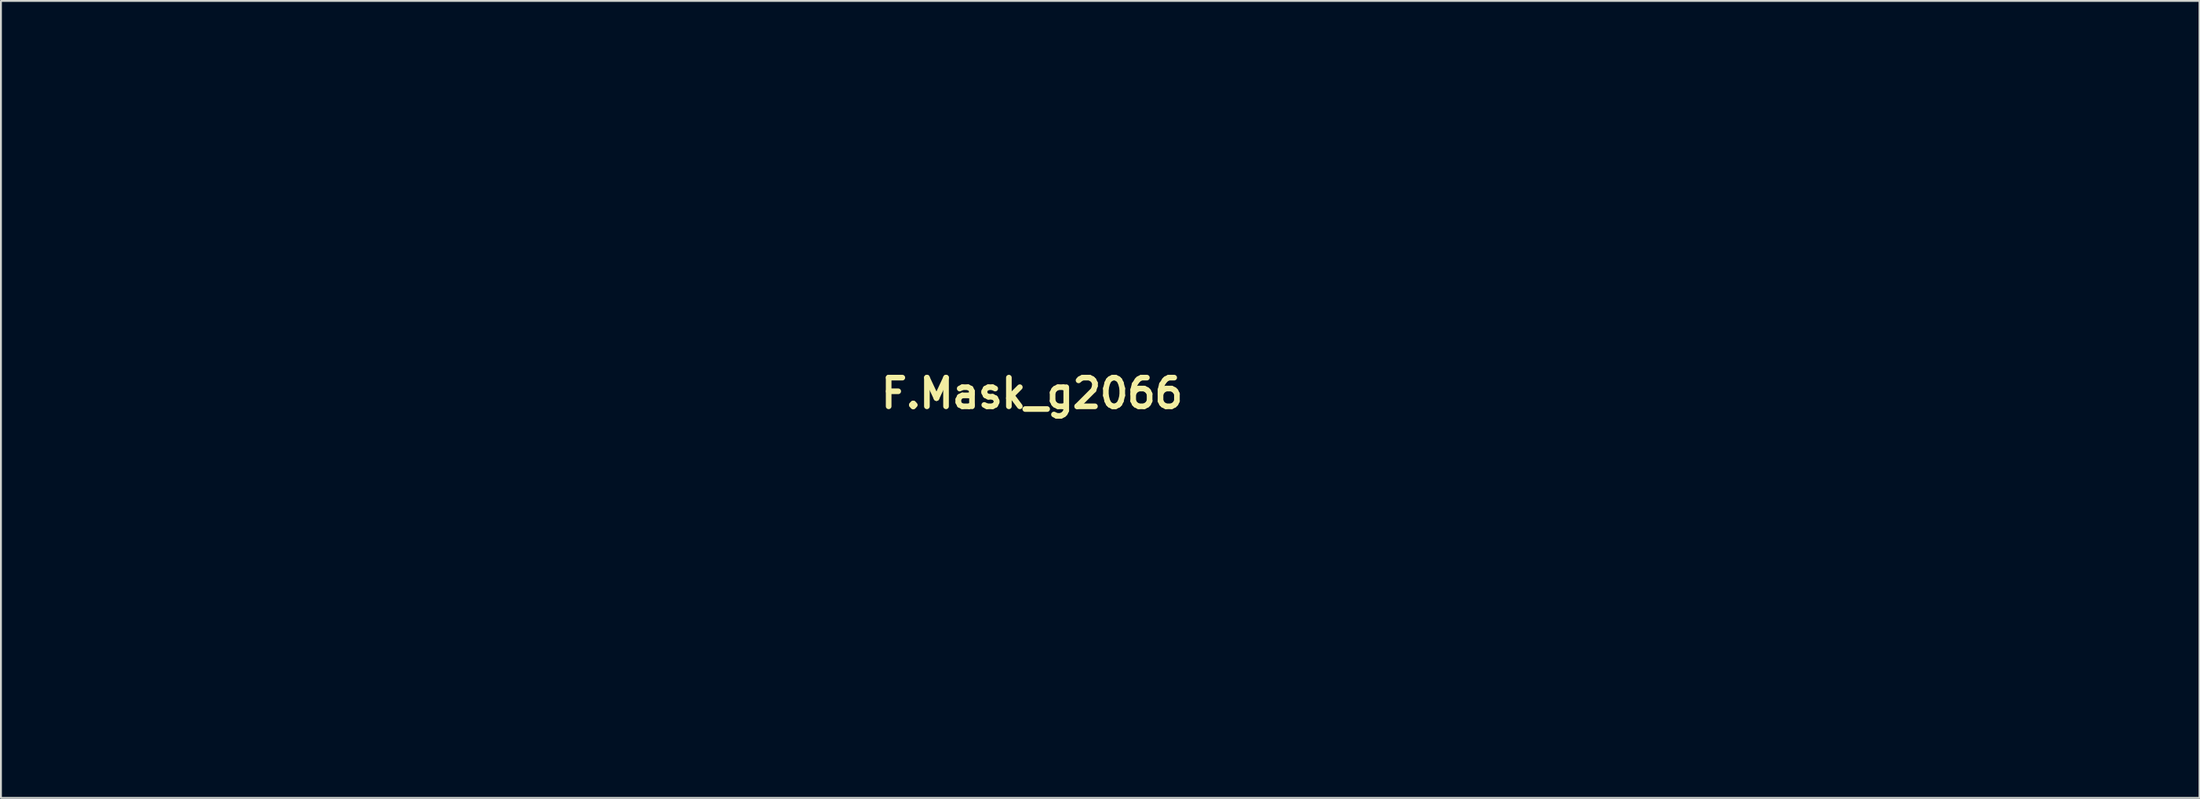
<source format=kicad_pcb>
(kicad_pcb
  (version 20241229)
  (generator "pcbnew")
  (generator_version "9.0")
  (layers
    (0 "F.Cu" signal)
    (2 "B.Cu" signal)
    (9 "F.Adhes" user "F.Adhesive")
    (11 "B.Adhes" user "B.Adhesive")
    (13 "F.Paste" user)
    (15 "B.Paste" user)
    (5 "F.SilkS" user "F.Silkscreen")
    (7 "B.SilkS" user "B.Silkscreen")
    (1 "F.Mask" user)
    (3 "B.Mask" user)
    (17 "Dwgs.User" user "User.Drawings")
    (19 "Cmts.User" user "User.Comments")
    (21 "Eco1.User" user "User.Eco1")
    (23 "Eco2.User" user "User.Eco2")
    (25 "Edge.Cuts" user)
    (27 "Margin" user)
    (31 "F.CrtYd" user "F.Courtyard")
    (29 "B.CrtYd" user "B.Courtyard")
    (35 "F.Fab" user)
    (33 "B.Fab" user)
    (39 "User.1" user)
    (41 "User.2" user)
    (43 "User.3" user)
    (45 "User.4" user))
  (footprint "F.Mask_g2066"
    (layer "F.Cu")
    (at 51.776 17.85)
    (property "Reference" "F.Mask_g2066" (at 0 0 0) (layer "F.SilkS") (effects (font (size 1.524 1.524) (thickness 0.3))))
    (attr through_hole)
    (fp_poly (pts (xy -16.573 6.244) (xy -16.734 6.257) (xy -16.895 6.271) (xy -16.882 5.94) (xy -16.87 5.609) (xy -16.573 5.609) (xy -16.573 6.244)) (stroke (width 0.01) (type solid)) (fill yes) (layer "F.Mask"))
    (fp_poly (pts (xy 33.732 13.82) (xy 33.993 14.003) (xy 34.195 14.237) (xy 34.32 14.463) (xy 34.351 14.535) (xy 34.375 14.602) (xy 34.393 14.677) (xy 34.405 14.772) (xy 34.411 14.898) (xy 34.414 15.068) (xy 34.413 15.295) (xy 34.41 15.589) (xy 34.409 15.714) (xy 34.404 16.038) (xy 34.399 16.289) (xy 34.393 16.48) (xy 34.384 16.622) (xy 34.371 16.726) (xy 34.353 16.806) (xy 34.33 16.873) (xy 34.3 16.938) (xy 34.123 17.205) (xy 33.883 17.427) (xy 33.655 17.564) (xy 33.422 17.674) (xy 31.178 17.681) (xy 30.748 17.681) (xy 30.342 17.682) (xy 29.968 17.681) (xy 29.634 17.68) (xy 29.348 17.678) (xy 29.12 17.675) (xy 28.956 17.673) (xy 28.865 17.669) (xy 28.85 17.668) (xy 28.567 17.568) (xy 28.305 17.41) (xy 28.091 17.212) (xy 28.029 17.131) (xy 27.946 16.999) (xy 27.882 16.866) (xy 27.835 16.719) (xy 27.803 16.545) (xy 27.784 16.33) (xy 27.775 16.063) (xy 27.776 15.73) (xy 27.778 15.566) (xy 27.784 15.262) (xy 27.79 15.029) (xy 27.799 14.854) (xy 27.811 14.725) (xy 27.828 14.627) (xy 27.851 14.549) (xy 27.881 14.475) (xy 27.883 14.473) (xy 28.043 14.211) (xy 28.261 13.98) (xy 28.509 13.808) (xy 28.723 13.695) (xy 33.507 13.695) (xy 33.732 13.82)) (stroke (width 0.01) (type solid)) (fill yes) (layer "F.Mask"))
    (fp_poly (pts (xy -44.056 10.746) (xy -43.826 10.881) (xy -43.651 11.039) (xy -43.605 11.094) (xy -43.515 11.214) (xy -43.445 11.328) (xy -43.392 11.447) (xy -43.354 11.584) (xy -43.33 11.752) (xy -43.316 11.963) (xy -43.311 12.229) (xy -43.313 12.562) (xy -43.315 12.709) (xy -43.319 13.025) (xy -43.325 13.268) (xy -43.331 13.452) (xy -43.341 13.587) (xy -43.355 13.685) (xy -43.373 13.76) (xy -43.398 13.823) (xy -43.425 13.877) (xy -43.622 14.165) (xy -43.871 14.393) (xy -44.062 14.508) (xy -44.302 14.626) (xy -47.477 14.634) (xy -48.105 14.636) (xy -48.654 14.636) (xy -49.127 14.636) (xy -49.531 14.634) (xy -49.87 14.632) (xy -50.149 14.628) (xy -50.373 14.623) (xy -50.547 14.617) (xy -50.676 14.609) (xy -50.765 14.6) (xy -50.819 14.59) (xy -50.821 14.589) (xy -51.135 14.447) (xy -51.399 14.239) (xy -51.605 13.97) (xy -51.639 13.909) (xy -51.675 13.839) (xy -51.703 13.774) (xy -51.723 13.702) (xy -51.738 13.611) (xy -51.748 13.488) (xy -51.755 13.32) (xy -51.76 13.097) (xy -51.764 12.805) (xy -51.766 12.698) (xy -51.77 12.378) (xy -51.771 12.129) (xy -51.769 11.94) (xy -51.762 11.798) (xy -51.751 11.689) (xy -51.734 11.602) (xy -51.711 11.523) (xy -51.691 11.467) (xy -51.545 11.181) (xy -51.339 10.95) (xy -51.065 10.766) (xy -51.021 10.744) (xy -50.738 10.604) (xy -44.342 10.604) (xy -44.056 10.746)) (stroke (width 0.01) (type solid)) (fill yes) (layer "F.Mask"))
    (fp_poly (pts (xy 46.958 13.299) (xy 47.327 13.301) (xy 47.641 13.303) (xy 47.905 13.306) (xy 48.123 13.309) (xy 48.3 13.314) (xy 48.441 13.32) (xy 48.551 13.326) (xy 48.635 13.334) (xy 48.698 13.343) (xy 48.744 13.354) (xy 48.75 13.355) (xy 48.983 13.461) (xy 49.202 13.629) (xy 49.384 13.838) (xy 49.486 14.017) (xy 49.524 14.113) (xy 49.549 14.205) (xy 49.564 14.311) (xy 49.57 14.451) (xy 49.57 14.643) (xy 49.566 14.833) (xy 49.559 15.074) (xy 49.55 15.247) (xy 49.536 15.371) (xy 49.515 15.463) (xy 49.483 15.541) (xy 49.439 15.621) (xy 49.269 15.857) (xy 49.067 16.031) (xy 48.874 16.137) (xy 48.662 16.235) (xy 44.281 16.241) (xy 43.676 16.242) (xy 43.093 16.242) (xy 42.537 16.241) (xy 42.016 16.24) (xy 41.533 16.238) (xy 41.096 16.236) (xy 40.71 16.233) (xy 40.381 16.23) (xy 40.114 16.226) (xy 39.916 16.223) (xy 39.792 16.219) (xy 39.751 16.215) (xy 39.456 16.109) (xy 39.197 15.933) (xy 38.988 15.698) (xy 38.899 15.545) (xy 38.859 15.454) (xy 38.831 15.363) (xy 38.814 15.254) (xy 38.804 15.106) (xy 38.801 14.902) (xy 38.8 14.774) (xy 38.802 14.52) (xy 38.81 14.332) (xy 38.826 14.196) (xy 38.851 14.094) (xy 38.872 14.04) (xy 39.041 13.76) (xy 39.265 13.542) (xy 39.446 13.432) (xy 39.688 13.314) (xy 44.108 13.302) (xy 44.828 13.301) (xy 45.468 13.3) (xy 46.033 13.299) (xy 46.528 13.299) (xy 46.958 13.299)) (stroke (width 0.01) (type solid)) (fill yes) (layer "F.Mask"))
    (fp_poly (pts (xy -23.874 5.208) (xy -23.525 5.21) (xy -23.241 5.215) (xy -23.015 5.225) (xy -22.836 5.24) (xy -22.695 5.262) (xy -22.583 5.291) (xy -22.491 5.329) (xy -22.41 5.378) (xy -22.33 5.438) (xy -22.297 5.465) (xy -22.179 5.583) (xy -22.064 5.729) (xy -22.024 5.792) (xy -21.976 5.879) (xy -21.943 5.962) (xy -21.921 6.058) (xy -21.907 6.187) (xy -21.898 6.368) (xy -21.893 6.549) (xy -21.888 6.781) (xy -21.889 6.949) (xy -21.898 7.071) (xy -21.917 7.167) (xy -21.949 7.257) (xy -21.981 7.332) (xy -22.151 7.607) (xy -22.377 7.822) (xy -22.564 7.932) (xy -22.619 7.957) (xy -22.677 7.976) (xy -22.748 7.992) (xy -22.841 8.003) (xy -22.965 8.012) (xy -23.131 8.018) (xy -23.348 8.023) (xy -23.626 8.026) (xy -23.974 8.028) (xy -24.172 8.029) (xy -24.52 8.03) (xy -24.849 8.029) (xy -25.147 8.026) (xy -25.402 8.021) (xy -25.603 8.015) (xy -25.739 8.007) (xy -25.785 8.002) (xy -26.045 7.927) (xy -26.263 7.796) (xy -26.389 7.68) (xy -26.5 7.559) (xy -26.58 7.445) (xy -26.634 7.321) (xy -26.667 7.17) (xy -26.685 6.976) (xy -26.691 6.72) (xy -26.691 6.604) (xy -26.69 6.362) (xy -26.687 6.188) (xy -26.677 6.064) (xy -26.66 5.973) (xy -26.632 5.898) (xy -26.592 5.821) (xy -26.575 5.792) (xy -26.473 5.647) (xy -26.352 5.511) (xy -26.302 5.465) (xy -26.22 5.4) (xy -26.14 5.347) (xy -26.054 5.305) (xy -25.951 5.272) (xy -25.823 5.248) (xy -25.66 5.23) (xy -25.453 5.218) (xy -25.193 5.212) (xy -24.871 5.208) (xy -24.477 5.207) (xy -24.299 5.207) (xy -23.874 5.208)) (stroke (width 0.01) (type solid)) (fill yes) (layer "F.Mask"))
    (fp_poly (pts (xy 5.589 13.674) (xy 6.105 13.674) (xy 6.548 13.675) (xy 6.924 13.676) (xy 7.241 13.678) (xy 7.502 13.68) (xy 7.716 13.684) (xy 7.888 13.689) (xy 8.023 13.695) (xy 8.128 13.702) (xy 8.21 13.712) (xy 8.273 13.723) (xy 8.325 13.735) (xy 8.371 13.75) (xy 8.4 13.761) (xy 8.652 13.896) (xy 8.88 14.095) (xy 9.062 14.338) (xy 9.104 14.415) (xy 9.136 14.483) (xy 9.16 14.547) (xy 9.179 14.619) (xy 9.191 14.712) (xy 9.2 14.837) (xy 9.205 15.005) (xy 9.207 15.229) (xy 9.207 15.52) (xy 9.207 15.684) (xy 9.207 16.012) (xy 9.206 16.266) (xy 9.202 16.459) (xy 9.196 16.603) (xy 9.185 16.709) (xy 9.17 16.79) (xy 9.148 16.856) (xy 9.12 16.921) (xy 9.105 16.951) (xy 8.921 17.236) (xy 8.683 17.456) (xy 8.393 17.611) (xy 8.08 17.693) (xy 7.988 17.701) (xy 7.819 17.708) (xy 7.584 17.714) (xy 7.291 17.72) (xy 6.948 17.724) (xy 6.564 17.727) (xy 6.149 17.73) (xy 5.711 17.732) (xy 5.259 17.732) (xy 4.801 17.732) (xy 4.346 17.731) (xy 3.904 17.729) (xy 3.483 17.727) (xy 3.091 17.723) (xy 2.738 17.719) (xy 2.432 17.713) (xy 2.183 17.707) (xy 1.998 17.7) (xy 1.887 17.693) (xy 1.872 17.691) (xy 1.556 17.596) (xy 1.276 17.43) (xy 1.042 17.197) (xy 0.881 16.941) (xy 0.851 16.877) (xy 0.827 16.813) (xy 0.81 16.739) (xy 0.798 16.642) (xy 0.79 16.511) (xy 0.786 16.334) (xy 0.784 16.1) (xy 0.783 15.796) (xy 0.783 15.684) (xy 0.783 15.357) (xy 0.785 15.103) (xy 0.788 14.909) (xy 0.795 14.765) (xy 0.806 14.659) (xy 0.821 14.579) (xy 0.842 14.514) (xy 0.871 14.45) (xy 0.883 14.424) (xy 1.037 14.188) (xy 1.24 13.978) (xy 1.469 13.818) (xy 1.595 13.759) (xy 1.64 13.743) (xy 1.688 13.729) (xy 1.745 13.717) (xy 1.816 13.707) (xy 1.908 13.699) (xy 2.027 13.692) (xy 2.179 13.687) (xy 2.37 13.682) (xy 2.606 13.679) (xy 2.894 13.677) (xy 3.238 13.675) (xy 3.646 13.674) (xy 4.123 13.674) (xy 4.676 13.674) (xy 4.995 13.674) (xy 5.589 13.674)) (stroke (width 0.01) (type solid)) (fill yes) (layer "F.Mask"))
    (fp_poly (pts (xy 57.147 -12.356) (xy 57.418 -12.351) (xy 57.636 -12.34) (xy 57.811 -12.322) (xy 57.953 -12.294) (xy 58.072 -12.257) (xy 58.179 -12.208) (xy 58.284 -12.146) (xy 58.362 -12.094) (xy 58.503 -11.977) (xy 58.646 -11.827) (xy 58.726 -11.723) (xy 58.76 -11.675) (xy 58.792 -11.633) (xy 58.821 -11.593) (xy 58.847 -11.551) (xy 58.871 -11.505) (xy 58.892 -11.449) (xy 58.911 -11.381) (xy 58.928 -11.297) (xy 58.943 -11.193) (xy 58.956 -11.066) (xy 58.967 -10.912) (xy 58.977 -10.727) (xy 58.985 -10.508) (xy 58.992 -10.251) (xy 58.997 -9.953) (xy 59.001 -9.609) (xy 59.004 -9.217) (xy 59.007 -8.772) (xy 59.008 -8.271) (xy 59.008 -7.71) (xy 59.008 -7.086) (xy 59.008 -6.395) (xy 59.007 -5.633) (xy 59.005 -4.796) (xy 59.004 -3.882) (xy 59.003 -3.044) (xy 58.992 4.891) (xy 58.852 5.174) (xy 58.657 5.477) (xy 58.398 5.727) (xy 58.131 5.893) (xy 58.074 5.92) (xy 58.017 5.941) (xy 57.951 5.958) (xy 57.865 5.97) (xy 57.749 5.98) (xy 57.595 5.986) (xy 57.391 5.991) (xy 57.128 5.994) (xy 56.797 5.997) (xy 56.557 5.998) (xy 56.219 5.999) (xy 55.902 5.997) (xy 55.619 5.994) (xy 55.382 5.988) (xy 55.2 5.981) (xy 55.085 5.973) (xy 55.054 5.968) (xy 54.771 5.841) (xy 54.508 5.646) (xy 54.281 5.399) (xy 54.108 5.114) (xy 54.08 5.05) (xy 54.07 5.024) (xy 54.06 4.994) (xy 54.052 4.959) (xy 54.044 4.912) (xy 54.037 4.852) (xy 54.031 4.773) (xy 54.025 4.674) (xy 54.02 4.548) (xy 54.015 4.395) (xy 54.011 4.208) (xy 54.007 3.985) (xy 54.004 3.722) (xy 54.001 3.416) (xy 53.999 3.062) (xy 53.997 2.657) (xy 53.995 2.198) (xy 53.993 1.68) (xy 53.992 1.099) (xy 53.99 0.453) (xy 53.989 -0.262) (xy 53.987 -1.051) (xy 53.986 -1.917) (xy 53.984 -2.863) (xy 53.984 -2.963) (xy 53.983 -4.071) (xy 53.982 -5.095) (xy 53.982 -6.035) (xy 53.982 -6.893) (xy 53.983 -7.669) (xy 53.984 -8.363) (xy 53.987 -8.977) (xy 53.989 -9.511) (xy 53.993 -9.965) (xy 53.996 -10.341) (xy 54.001 -10.638) (xy 54.006 -10.858) (xy 54.012 -11.002) (xy 54.017 -11.063) (xy 54.111 -11.418) (xy 54.276 -11.728) (xy 54.508 -11.989) (xy 54.802 -12.194) (xy 54.864 -12.226) (xy 55.097 -12.34) (xy 56.401 -12.353) (xy 56.811 -12.356) (xy 57.147 -12.356)) (stroke (width 0.01) (type solid)) (fill yes) (layer "F.Mask"))
    (fp_poly (pts (xy -17.284 4.974) (xy -16.969 4.977) (xy -16.719 4.982) (xy -16.526 4.992) (xy -16.38 5.01) (xy -16.271 5.035) (xy -16.189 5.071) (xy -16.127 5.118) (xy -16.073 5.179) (xy -16.019 5.254) (xy -16.011 5.267) (xy -15.972 5.331) (xy -15.945 5.402) (xy -15.929 5.496) (xy -15.921 5.631) (xy -15.918 5.825) (xy -15.917 5.945) (xy -15.922 6.217) (xy -15.939 6.42) (xy -15.974 6.568) (xy -16.032 6.679) (xy -16.118 6.767) (xy -16.221 6.837) (xy -16.266 6.861) (xy -16.318 6.88) (xy -16.387 6.895) (xy -16.482 6.906) (xy -16.615 6.915) (xy -16.794 6.92) (xy -17.03 6.924) (xy -17.332 6.927) (xy -17.632 6.93) (xy -17.957 6.93) (xy -18.26 6.929) (xy -18.528 6.925) (xy -18.751 6.919) (xy -18.916 6.912) (xy -19.011 6.903) (xy -19.024 6.9) (xy -19.144 6.842) (xy -19.25 6.765) (xy -19.34 6.67) (xy -19.403 6.571) (xy -19.442 6.45) (xy -19.464 6.289) (xy -19.473 6.069) (xy -19.473 5.935) (xy -19.472 5.715) (xy -19.465 5.561) (xy -19.451 5.454) (xy -19.427 5.376) (xy -19.05 5.376) (xy -19.05 6.477) (xy -18.288 6.477) (xy -18.288 5.884) (xy -18.457 5.884) (xy -18.566 5.89) (xy -18.615 5.917) (xy -18.627 5.981) (xy -18.627 5.99) (xy -18.605 6.075) (xy -18.563 6.096) (xy -18.511 6.131) (xy -18.5 6.181) (xy -18.514 6.236) (xy -18.571 6.261) (xy -18.669 6.265) (xy -18.838 6.265) (xy -18.838 5.588) (xy -18.686 5.588) (xy -18.575 5.601) (xy -18.521 5.646) (xy -18.512 5.673) (xy -18.455 5.744) (xy -18.389 5.757) (xy -18.327 5.749) (xy -18.297 5.708) (xy -18.288 5.612) (xy -18.288 5.567) (xy -18.288 5.376) (xy -18.076 5.376) (xy -18.076 6.477) (xy -17.971 6.477) (xy -17.916 6.473) (xy -17.884 6.448) (xy -17.869 6.384) (xy -17.865 6.264) (xy -17.865 6.174) (xy -17.861 6.031) (xy -17.852 5.932) (xy -17.838 5.898) (xy -17.836 5.899) (xy -17.805 5.95) (xy -17.753 6.055) (xy -17.691 6.192) (xy -17.623 6.335) (xy -17.569 6.417) (xy -17.511 6.456) (xy -17.444 6.469) (xy -17.314 6.482) (xy -17.314 6.477) (xy -17.103 6.477) (xy -16.806 6.477) (xy -16.636 6.472) (xy -16.526 6.454) (xy -16.453 6.417) (xy -16.425 6.392) (xy -16.383 6.338) (xy -16.358 6.264) (xy -16.345 6.15) (xy -16.341 5.976) (xy -16.341 5.935) (xy -16.345 5.715) (xy -16.365 5.565) (xy -16.413 5.471) (xy -16.5 5.418) (xy -16.637 5.393) (xy -16.781 5.383) (xy -17.103 5.367) (xy -17.103 6.477) (xy -17.314 6.477) (xy -17.314 5.376) (xy -17.418 5.376) (xy -17.472 5.381) (xy -17.504 5.408) (xy -17.522 5.475) (xy -17.531 5.6) (xy -17.535 5.683) (xy -17.547 5.99) (xy -17.69 5.683) (xy -17.765 5.529) (xy -17.821 5.437) (xy -17.872 5.391) (xy -17.931 5.377) (xy -17.955 5.376) (xy -18.076 5.376) (xy -18.288 5.376) (xy -19.05 5.376) (xy -19.427 5.376) (xy -19.427 5.375) (xy -19.389 5.307) (xy -19.378 5.29) (xy -19.273 5.17) (xy -19.146 5.068) (xy -19.135 5.061) (xy -19.089 5.037) (xy -19.039 5.017) (xy -18.974 5.002) (xy -18.884 4.991) (xy -18.761 4.984) (xy -18.593 4.979) (xy -18.371 4.976) (xy -18.085 4.975) (xy -17.726 4.974) (xy -17.674 4.974) (xy -17.284 4.974)) (stroke (width 0.01) (type solid)) (fill yes) (layer "F.Mask"))
    (fp_poly (pts (xy -26.967 8.96) (xy -26.865 8.991) (xy -26.741 9.025) (xy -26.665 9.013) (xy -26.559 8.981) (xy -26.401 8.973) (xy -26.22 8.986) (xy -26.045 9.02) (xy -25.917 9.065) (xy -25.744 9.185) (xy -25.571 9.368) (xy -25.413 9.592) (xy -25.28 9.836) (xy -25.187 10.079) (xy -25.147 10.299) (xy -25.146 10.328) (xy -25.146 10.544) (xy -25.051 10.454) (xy -24.838 10.307) (xy -24.555 10.197) (xy -24.211 10.129) (xy -23.835 10.103) (xy -23.563 10.121) (xy -23.342 10.189) (xy -23.15 10.316) (xy -23.062 10.4) (xy -23.006 10.48) (xy -22.922 10.628) (xy -22.814 10.835) (xy -22.687 11.09) (xy -22.546 11.383) (xy -22.396 11.706) (xy -22.242 12.048) (xy -22.087 12.398) (xy -22.02 12.555) (xy -21.926 12.782) (xy -21.862 12.954) (xy -21.824 13.089) (xy -21.806 13.21) (xy -21.802 13.327) (xy -21.812 13.499) (xy -21.84 13.663) (xy -21.865 13.747) (xy -21.887 13.827) (xy -21.905 13.947) (xy -21.919 14.115) (xy -21.93 14.343) (xy -21.938 14.639) (xy -21.943 14.88) (xy -21.95 15.231) (xy -21.96 15.509) (xy -21.976 15.726) (xy -22.001 15.893) (xy -22.038 16.021) (xy -22.089 16.123) (xy -22.157 16.21) (xy -22.244 16.293) (xy -22.276 16.321) (xy -22.326 16.363) (xy -22.372 16.4) (xy -22.419 16.432) (xy -22.475 16.459) (xy -22.544 16.481) (xy -22.633 16.5) (xy -22.748 16.515) (xy -22.895 16.527) (xy -23.079 16.536) (xy -23.307 16.542) (xy -23.584 16.547) (xy -23.916 16.55) (xy -24.31 16.551) (xy -24.771 16.552) (xy -25.305 16.552) (xy -25.875 16.551) (xy -26.472 16.551) (xy -26.99 16.551) (xy -27.436 16.55) (xy -27.814 16.548) (xy -28.132 16.546) (xy -28.395 16.543) (xy -28.609 16.539) (xy -28.779 16.535) (xy -28.913 16.528) (xy -29.015 16.521) (xy -29.092 16.512) (xy -29.149 16.501) (xy -29.193 16.489) (xy -29.229 16.474) (xy -29.234 16.472) (xy -29.371 16.388) (xy -29.504 16.272) (xy -29.538 16.234) (xy -29.64 16.08) (xy -29.708 15.899) (xy -29.746 15.676) (xy -29.757 15.395) (xy -29.751 15.179) (xy -29.744 14.979) (xy -29.743 14.8) (xy -29.748 14.667) (xy -29.756 14.609) (xy -29.772 14.571) (xy -29.798 14.569) (xy -29.842 14.614) (xy -29.913 14.713) (xy -30.018 14.876) (xy -30.023 14.884) (xy -30.183 15.127) (xy -30.319 15.31) (xy -30.446 15.451) (xy -30.577 15.566) (xy -30.692 15.647) (xy -30.791 15.708) (xy -30.883 15.744) (xy -30.993 15.763) (xy -31.149 15.769) (xy -31.239 15.769) (xy -31.428 15.766) (xy -31.561 15.752) (xy -31.666 15.722) (xy -31.77 15.669) (xy -31.792 15.656) (xy -32.06 15.457) (xy -32.262 15.221) (xy -32.393 14.956) (xy -32.445 14.671) (xy -32.446 14.64) (xy -32.449 14.394) (xy -33.045 14.394) (xy -33.288 14.392) (xy -33.463 14.387) (xy -33.589 14.376) (xy -33.684 14.356) (xy -33.765 14.327) (xy -33.828 14.296) (xy -34.004 14.166) (xy -34.157 13.985) (xy -34.266 13.782) (xy -34.304 13.646) (xy -34.327 13.478) (xy -34.353 13.243) (xy -34.383 12.962) (xy -34.412 12.651) (xy -34.441 12.33) (xy -34.466 12.018) (xy -34.487 11.732) (xy -34.495 11.599) (xy -34.509 11.277) (xy -34.505 11.024) (xy -34.477 10.823) (xy -34.42 10.661) (xy -34.33 10.521) (xy -34.2 10.388) (xy -34.026 10.248) (xy -33.93 10.207) (xy -33.761 10.167) (xy -33.527 10.13) (xy -33.241 10.097) (xy -32.913 10.07) (xy -32.553 10.05) (xy -32.533 10.049) (xy -32.279 10.039) (xy -32.094 10.034) (xy -31.961 10.035) (xy -31.864 10.045) (xy -31.788 10.064) (xy -31.716 10.094) (xy -31.644 10.131) (xy -31.5 10.209) (xy -31.366 10.288) (xy -31.311 10.323) (xy -31.189 10.406) (xy -30.933 10.24) (xy -30.563 10.049) (xy -30.167 9.933) (xy -29.758 9.891) (xy -29.349 9.925) (xy -28.954 10.033) (xy -28.607 10.203) (xy -28.406 10.326) (xy -28.406 10.169) (xy -28.372 9.976) (xy -28.282 9.757) (xy -28.149 9.532) (xy -27.986 9.32) (xy -27.808 9.142) (xy -27.629 9.016) (xy -27.581 8.994) (xy -27.395 8.947) (xy -27.177 8.935) (xy -26.967 8.96)) (stroke (width 0.01) (type solid)) (fill yes) (layer "F.Mask"))
    (fp_poly (pts (xy -17.048 11.397) (xy -16.791 11.439) (xy -16.575 11.529) (xy -16.37 11.68) (xy -16.32 11.726) (xy -16.226 11.806) (xy -16.135 11.861) (xy -16.02 11.901) (xy -15.857 11.937) (xy -15.774 11.952) (xy -15.485 12.02) (xy -15.265 12.112) (xy -15.099 12.237) (xy -14.988 12.379) (xy -14.926 12.472) (xy -14.879 12.505) (xy -14.816 12.488) (xy -14.769 12.464) (xy -14.647 12.419) (xy -14.493 12.383) (xy -14.44 12.375) (xy -14.206 12.387) (xy -13.972 12.469) (xy -13.763 12.612) (xy -13.711 12.663) (xy -13.585 12.798) (xy -13.111 12.569) (xy -12.905 12.471) (xy -12.752 12.406) (xy -12.633 12.367) (xy -12.526 12.348) (xy -12.409 12.343) (xy -12.362 12.343) (xy -12.131 12.363) (xy -11.956 12.415) (xy -11.943 12.421) (xy -11.838 12.466) (xy -11.743 12.473) (xy -11.616 12.445) (xy -11.342 12.404) (xy -11.079 12.433) (xy -10.843 12.524) (xy -10.649 12.674) (xy -10.523 12.853) (xy -10.464 12.957) (xy -10.402 13.012) (xy -10.307 13.039) (xy -10.218 13.05) (xy -9.928 13.121) (xy -9.668 13.263) (xy -9.544 13.369) (xy -9.413 13.481) (xy -9.303 13.522) (xy -9.191 13.494) (xy -9.082 13.42) (xy -8.851 13.289) (xy -8.592 13.225) (xy -8.322 13.228) (xy -8.056 13.294) (xy -7.813 13.42) (xy -7.608 13.604) (xy -7.556 13.671) (xy -7.492 13.772) (xy -7.452 13.868) (xy -7.429 13.987) (xy -7.417 14.156) (xy -7.415 14.206) (xy -7.4 14.563) (xy -7.266 14.564) (xy -7.144 14.582) (xy -6.998 14.627) (xy -6.95 14.648) (xy -6.836 14.696) (xy -6.761 14.709) (xy -6.684 14.687) (xy -6.602 14.647) (xy -6.498 14.604) (xy -6.373 14.577) (xy -6.205 14.563) (xy -6.019 14.559) (xy -5.816 14.563) (xy -5.625 14.576) (xy -5.474 14.597) (xy -5.424 14.608) (xy -5.284 14.638) (xy -5.179 14.626) (xy -5.141 14.612) (xy -5.049 14.59) (xy -4.896 14.575) (xy -4.704 14.566) (xy -4.498 14.564) (xy -4.3 14.568) (xy -4.133 14.579) (xy -4.021 14.598) (xy -4.008 14.602) (xy -3.859 14.688) (xy -3.705 14.823) (xy -3.573 14.981) (xy -3.508 15.091) (xy -3.485 15.149) (xy -3.467 15.217) (xy -3.454 15.305) (xy -3.444 15.424) (xy -3.437 15.585) (xy -3.433 15.798) (xy -3.431 16.073) (xy -3.43 16.421) (xy -3.43 16.48) (xy -3.43 16.863) (xy -3.433 17.171) (xy -3.44 17.415) (xy -3.452 17.605) (xy -3.471 17.752) (xy -3.498 17.864) (xy -3.536 17.954) (xy -3.585 18.03) (xy -3.646 18.103) (xy -3.675 18.133) (xy -3.793 18.245) (xy -3.91 18.324) (xy -4.046 18.374) (xy -4.216 18.4) (xy -4.438 18.406) (xy -4.672 18.4) (xy -4.885 18.393) (xy -5.07 18.387) (xy -5.21 18.383) (xy -5.287 18.382) (xy -5.292 18.382) (xy -5.347 18.384) (xy -5.477 18.385) (xy -5.673 18.387) (xy -5.926 18.389) (xy -6.226 18.391) (xy -6.563 18.394) (xy -6.929 18.396) (xy -7.055 18.397) (xy -7.502 18.401) (xy -7.899 18.407) (xy -8.241 18.415) (xy -8.522 18.424) (xy -8.734 18.435) (xy -8.871 18.446) (xy -8.917 18.454) (xy -9.145 18.491) (xy -9.393 18.491) (xy -9.618 18.453) (xy -9.665 18.438) (xy -9.826 18.364) (xy -9.97 18.254) (xy -10.106 18.111) (xy -10.215 18.023) (xy -10.34 17.969) (xy -10.341 17.968) (xy -10.616 17.867) (xy -10.862 17.689) (xy -10.935 17.614) (xy -11.022 17.512) (xy -11.078 17.433) (xy -11.091 17.404) (xy -11.128 17.372) (xy -11.22 17.342) (xy -11.248 17.337) (xy -11.446 17.278) (xy -11.673 17.167) (xy -11.939 16.998) (xy -12.011 16.948) (xy -12.274 16.762) (xy -13.554 16.82) (xy -13.96 17.115) (xy -14.24 17.315) (xy -14.465 17.466) (xy -14.649 17.576) (xy -14.802 17.65) (xy -14.936 17.696) (xy -15.053 17.719) (xy -15.321 17.716) (xy -15.588 17.647) (xy -15.831 17.523) (xy -16.032 17.354) (xy -16.153 17.181) (xy -16.214 17.063) (xy -16.411 17.168) (xy -16.622 17.243) (xy -16.865 17.273) (xy -17.101 17.256) (xy -17.242 17.215) (xy -17.366 17.138) (xy -17.501 17.017) (xy -17.621 16.878) (xy -17.703 16.747) (xy -17.721 16.698) (xy -17.755 16.62) (xy -17.815 16.609) (xy -17.838 16.615) (xy -18.052 16.674) (xy -18.219 16.701) (xy -18.371 16.699) (xy -18.481 16.682) (xy -18.798 16.588) (xy -19.058 16.431) (xy -19.164 16.334) (xy -19.279 16.191) (xy -19.349 16.042) (xy -19.381 15.859) (xy -19.385 15.634) (xy -19.383 15.47) (xy -19.392 15.366) (xy -19.421 15.294) (xy -19.474 15.229) (xy -19.494 15.209) (xy -19.641 15.007) (xy -19.723 14.768) (xy -19.737 14.513) (xy -19.681 14.263) (xy -19.645 14.182) (xy -19.573 14.057) (xy -19.457 13.878) (xy -19.307 13.655) (xy -19.131 13.401) (xy -18.937 13.127) (xy -18.733 12.844) (xy -18.529 12.566) (xy -18.332 12.302) (xy -18.152 12.066) (xy -17.997 11.869) (xy -17.875 11.723) (xy -17.83 11.674) (xy -17.625 11.508) (xy -17.39 11.416) (xy -17.115 11.394) (xy -17.048 11.397)) (stroke (width 0.01) (type solid)) (fill yes) (layer "F.Mask"))
    (fp_poly (pts (xy 27.815 -17.829) (xy 28.142 -17.735) (xy 28.425 -17.579) (xy 28.654 -17.37) (xy 28.765 -17.213) (xy 28.801 -17.172) (xy 28.859 -17.16) (xy 28.963 -17.175) (xy 29.023 -17.187) (xy 29.17 -17.209) (xy 29.316 -17.207) (xy 29.499 -17.179) (xy 29.552 -17.168) (xy 29.707 -17.137) (xy 29.829 -17.114) (xy 29.895 -17.103) (xy 29.899 -17.103) (xy 29.956 -17.073) (xy 30.05 -16.994) (xy 30.164 -16.884) (xy 30.283 -16.759) (xy 30.389 -16.635) (xy 30.449 -16.553) (xy 30.523 -16.445) (xy 30.575 -16.368) (xy 30.59 -16.347) (xy 30.627 -16.362) (xy 30.708 -16.419) (xy 30.785 -16.479) (xy 31.033 -16.65) (xy 31.263 -16.745) (xy 31.486 -16.764) (xy 31.713 -16.71) (xy 31.771 -16.685) (xy 31.916 -16.593) (xy 32.073 -16.454) (xy 32.213 -16.294) (xy 32.283 -16.19) (xy 32.305 -16.163) (xy 32.338 -16.153) (xy 32.392 -16.167) (xy 32.479 -16.207) (xy 32.61 -16.279) (xy 32.796 -16.389) (xy 32.94 -16.474) (xy 33.158 -16.604) (xy 33.364 -16.725) (xy 33.543 -16.828) (xy 33.676 -16.902) (xy 33.727 -16.929) (xy 33.969 -17.006) (xy 34.221 -17.002) (xy 34.488 -16.916) (xy 34.673 -16.814) (xy 34.862 -16.694) (xy 35.026 -16.813) (xy 35.265 -16.952) (xy 35.496 -17.009) (xy 35.731 -16.986) (xy 35.938 -16.906) (xy 36.146 -16.76) (xy 36.312 -16.563) (xy 36.416 -16.336) (xy 36.432 -16.268) (xy 36.458 -16.175) (xy 36.496 -16.147) (xy 36.549 -16.159) (xy 36.638 -16.176) (xy 36.779 -16.187) (xy 36.915 -16.19) (xy 37.237 -16.148) (xy 37.524 -16.031) (xy 37.769 -15.843) (xy 37.8 -15.811) (xy 37.897 -15.709) (xy 37.966 -15.659) (xy 38.035 -15.649) (xy 38.134 -15.666) (xy 38.147 -15.669) (xy 38.272 -15.689) (xy 38.368 -15.69) (xy 38.387 -15.686) (xy 38.452 -15.702) (xy 38.551 -15.773) (xy 38.616 -15.836) (xy 38.819 -16.006) (xy 39.037 -16.104) (xy 39.294 -16.141) (xy 39.349 -16.141) (xy 39.626 -16.112) (xy 39.889 -16.03) (xy 40.125 -15.906) (xy 40.321 -15.749) (xy 40.465 -15.569) (xy 40.544 -15.373) (xy 40.555 -15.27) (xy 40.555 -15.126) (xy 41.159 -15.093) (xy 41.392 -15.082) (xy 41.609 -15.074) (xy 41.79 -15.071) (xy 41.912 -15.072) (xy 41.931 -15.073) (xy 42.049 -15.078) (xy 42.232 -15.082) (xy 42.462 -15.086) (xy 42.721 -15.087) (xy 42.989 -15.088) (xy 43.247 -15.086) (xy 43.455 -15.084) (xy 43.649 -15.082) (xy 43.88 -15.082) (xy 44.099 -15.084) (xy 44.111 -15.084) (xy 44.303 -15.086) (xy 44.484 -15.084) (xy 44.621 -15.081) (xy 44.641 -15.08) (xy 44.765 -15.078) (xy 44.94 -15.083) (xy 45.13 -15.094) (xy 45.159 -15.097) (xy 45.587 -15.095) (xy 45.973 -15.021) (xy 46.317 -14.875) (xy 46.608 -14.664) (xy 46.728 -14.54) (xy 46.825 -14.399) (xy 46.901 -14.231) (xy 46.957 -14.028) (xy 46.996 -13.779) (xy 47.021 -13.474) (xy 47.033 -13.103) (xy 47.035 -12.73) (xy 47.032 -12.405) (xy 47.024 -12.153) (xy 47.008 -11.959) (xy 46.982 -11.813) (xy 46.942 -11.7) (xy 46.886 -11.608) (xy 46.812 -11.526) (xy 46.772 -11.488) (xy 46.726 -11.446) (xy 46.684 -11.409) (xy 46.639 -11.378) (xy 46.586 -11.352) (xy 46.518 -11.33) (xy 46.429 -11.312) (xy 46.313 -11.297) (xy 46.164 -11.286) (xy 45.975 -11.277) (xy 45.741 -11.27) (xy 45.456 -11.266) (xy 45.113 -11.262) (xy 44.706 -11.26) (xy 44.229 -11.258) (xy 43.676 -11.256) (xy 43.429 -11.256) (xy 42.855 -11.254) (xy 42.36 -11.253) (xy 41.936 -11.252) (xy 41.579 -11.252) (xy 41.281 -11.253) (xy 41.037 -11.255) (xy 40.84 -11.258) (xy 40.684 -11.263) (xy 40.563 -11.269) (xy 40.471 -11.277) (xy 40.401 -11.287) (xy 40.347 -11.299) (xy 40.304 -11.313) (xy 40.264 -11.329) (xy 40.25 -11.335) (xy 40.05 -11.424) (xy 39.898 -10.93) (xy 39.8 -10.616) (xy 39.717 -10.372) (xy 39.644 -10.186) (xy 39.574 -10.046) (xy 39.5 -9.941) (xy 39.416 -9.858) (xy 39.315 -9.787) (xy 39.256 -9.751) (xy 39.06 -9.672) (xy 38.819 -9.626) (xy 38.566 -9.616) (xy 38.335 -9.645) (xy 38.251 -9.67) (xy 38.036 -9.774) (xy 37.861 -9.919) (xy 37.74 -10.066) (xy 37.656 -10.171) (xy 37.582 -10.222) (xy 37.482 -10.24) (xy 37.413 -10.242) (xy 37.135 -10.279) (xy 36.873 -10.377) (xy 36.644 -10.525) (xy 36.469 -10.711) (xy 36.407 -10.815) (xy 36.347 -10.929) (xy 36.292 -10.986) (xy 36.214 -11.005) (xy 36.135 -11.007) (xy 35.94 -11.024) (xy 35.734 -11.078) (xy 35.5 -11.176) (xy 35.226 -11.322) (xy 35.071 -11.414) (xy 34.608 -11.697) (xy 33.697 -11.601) (xy 33.422 -11.569) (xy 33.171 -11.537) (xy 32.957 -11.506) (xy 32.794 -11.478) (xy 32.697 -11.455) (xy 32.681 -11.449) (xy 32.617 -11.405) (xy 32.5 -11.316) (xy 32.343 -11.19) (xy 32.157 -11.038) (xy 31.955 -10.869) (xy 31.941 -10.857) (xy 31.729 -10.682) (xy 31.525 -10.52) (xy 31.341 -10.382) (xy 31.192 -10.278) (xy 31.094 -10.219) (xy 30.843 -10.136) (xy 30.587 -10.13) (xy 30.312 -10.199) (xy 30.254 -10.221) (xy 29.987 -10.348) (xy 29.789 -10.484) (xy 29.646 -10.641) (xy 29.571 -10.766) (xy 29.501 -10.936) (xy 29.468 -11.1) (xy 29.478 -11.269) (xy 29.532 -11.456) (xy 29.634 -11.674) (xy 29.787 -11.935) (xy 29.91 -12.127) (xy 29.95 -12.192) (xy 29.956 -12.219) (xy 29.92 -12.207) (xy 29.834 -12.151) (xy 29.691 -12.048) (xy 29.646 -12.015) (xy 29.51 -11.905) (xy 29.43 -11.805) (xy 29.383 -11.69) (xy 29.379 -11.673) (xy 29.307 -11.417) (xy 29.236 -11.222) (xy 29.156 -11.068) (xy 29.058 -10.934) (xy 29.018 -10.887) (xy 28.856 -10.728) (xy 28.704 -10.633) (xy 28.532 -10.591) (xy 28.314 -10.59) (xy 28.309 -10.59) (xy 28.048 -10.642) (xy 27.83 -10.762) (xy 27.651 -10.954) (xy 27.509 -11.22) (xy 27.475 -11.309) (xy 27.425 -11.439) (xy 27.381 -11.505) (xy 27.329 -11.525) (xy 27.287 -11.524) (xy 27.191 -11.495) (xy 27.061 -11.434) (xy 26.966 -11.379) (xy 26.84 -11.308) (xy 26.731 -11.268) (xy 26.604 -11.252) (xy 26.447 -11.25) (xy 26.105 -11.286) (xy 25.806 -11.385) (xy 25.557 -11.544) (xy 25.366 -11.758) (xy 25.323 -11.83) (xy 25.287 -11.919) (xy 25.266 -12.039) (xy 25.258 -12.21) (xy 25.258 -12.383) (xy 25.264 -12.806) (xy 25.082 -12.918) (xy 24.889 -13.081) (xy 24.749 -13.291) (xy 24.667 -13.528) (xy 24.651 -13.773) (xy 24.706 -14.006) (xy 24.711 -14.017) (xy 24.771 -14.135) (xy 24.871 -14.311) (xy 25.004 -14.535) (xy 25.165 -14.799) (xy 25.348 -15.092) (xy 25.546 -15.405) (xy 25.754 -15.729) (xy 25.965 -16.055) (xy 26.173 -16.373) (xy 26.373 -16.675) (xy 26.558 -16.95) (xy 26.723 -17.189) (xy 26.861 -17.384) (xy 26.966 -17.524) (xy 27.029 -17.597) (xy 27.229 -17.753) (xy 27.443 -17.834) (xy 27.688 -17.845) (xy 27.815 -17.829)) (stroke (width 0.01) (type solid)) (fill yes) (layer "F.Mask"))
    (fp_poly (pts (xy -42.124 -15.159) (xy -41.854 -15.046) (xy -41.633 -14.893) (xy -41.483 -14.717) (xy -41.403 -14.584) (xy -40.967 -14.58) (xy -40.691 -14.567) (xy -40.466 -14.528) (xy -40.276 -14.454) (xy -40.102 -14.336) (xy -39.927 -14.162) (xy -39.733 -13.924) (xy -39.704 -13.886) (xy -39.594 -13.74) (xy -39.451 -13.882) (xy -39.229 -14.053) (xy -38.982 -14.153) (xy -38.725 -14.178) (xy -38.474 -14.126) (xy -38.448 -14.116) (xy -38.257 -14.009) (xy -38.093 -13.852) (xy -37.975 -13.689) (xy -37.862 -13.513) (xy -37.441 -13.769) (xy -37.092 -13.977) (xy -36.804 -14.139) (xy -36.571 -14.258) (xy -36.384 -14.338) (xy -36.237 -14.382) (xy -36.136 -14.393) (xy -35.883 -14.36) (xy -35.629 -14.27) (xy -35.47 -14.178) (xy -35.382 -14.122) (xy -35.326 -14.116) (xy -35.271 -14.154) (xy -35.125 -14.251) (xy -34.933 -14.332) (xy -34.735 -14.382) (xy -34.629 -14.391) (xy -34.376 -14.351) (xy -34.145 -14.24) (xy -33.952 -14.069) (xy -33.815 -13.853) (xy -33.776 -13.748) (xy -33.744 -13.638) (xy -33.723 -13.568) (xy -33.719 -13.558) (xy -33.679 -13.562) (xy -33.587 -13.584) (xy -33.558 -13.592) (xy -33.348 -13.614) (xy -33.104 -13.585) (xy -32.85 -13.512) (xy -32.613 -13.404) (xy -32.418 -13.267) (xy -32.382 -13.232) (xy -32.306 -13.159) (xy -32.239 -13.119) (xy -32.153 -13.103) (xy -32.021 -13.103) (xy -31.949 -13.106) (xy -31.785 -13.118) (xy -31.676 -13.14) (xy -31.595 -13.182) (xy -31.521 -13.246) (xy -31.285 -13.42) (xy -31.019 -13.516) (xy -30.733 -13.532) (xy -30.716 -13.53) (xy -30.418 -13.465) (xy -30.141 -13.34) (xy -29.912 -13.166) (xy -29.873 -13.125) (xy -29.74 -12.938) (xy -29.662 -12.724) (xy -29.637 -12.469) (xy -29.662 -12.16) (xy -29.673 -12.089) (xy -29.688 -11.943) (xy -29.669 -11.828) (xy -29.609 -11.696) (xy -29.607 -11.691) (xy -29.546 -11.548) (xy -29.51 -11.407) (xy -29.506 -11.359) (xy -29.492 -11.256) (xy -29.457 -11.197) (xy -29.452 -11.195) (xy -29.399 -11.19) (xy -29.27 -11.185) (xy -29.077 -11.179) (xy -28.828 -11.175) (xy -28.535 -11.17) (xy -28.205 -11.166) (xy -27.854 -11.163) (xy -27.437 -11.16) (xy -27.096 -11.156) (xy -26.823 -11.15) (xy -26.608 -11.144) (xy -26.442 -11.135) (xy -26.318 -11.124) (xy -26.226 -11.11) (xy -26.158 -11.094) (xy -26.13 -11.084) (xy -26.007 -11.045) (xy -25.913 -11.04) (xy -25.801 -11.072) (xy -25.77 -11.083) (xy -25.664 -11.107) (xy -25.493 -11.128) (xy -25.274 -11.147) (xy -25.028 -11.162) (xy -24.773 -11.173) (xy -24.527 -11.178) (xy -24.311 -11.176) (xy -24.143 -11.168) (xy -24.072 -11.159) (xy -23.928 -11.101) (xy -23.769 -10.99) (xy -23.621 -10.846) (xy -23.508 -10.692) (xy -23.494 -10.667) (xy -23.458 -10.58) (xy -23.433 -10.478) (xy -23.418 -10.341) (xy -23.41 -10.15) (xy -23.408 -9.977) (xy -23.41 -9.718) (xy -23.421 -9.519) (xy -23.441 -9.39) (xy -23.453 -9.355) (xy -23.48 -9.267) (xy -23.472 -9.15) (xy -23.453 -9.065) (xy -23.431 -8.932) (xy -23.414 -8.747) (xy -23.405 -8.543) (xy -23.405 -8.472) (xy -23.408 -8.269) (xy -23.422 -8.121) (xy -23.451 -8.002) (xy -23.501 -7.882) (xy -23.517 -7.847) (xy -23.67 -7.614) (xy -23.869 -7.45) (xy -24.051 -7.369) (xy -24.162 -7.35) (xy -24.355 -7.337) (xy -24.627 -7.328) (xy -24.978 -7.326) (xy -25.152 -7.327) (xy -25.502 -7.328) (xy -25.894 -7.328) (xy -26.294 -7.326) (xy -26.672 -7.322) (xy -26.966 -7.318) (xy -27.834 -7.303) (xy -28.318 -7.54) (xy -28.436 -7.453) (xy -28.589 -7.378) (xy -28.804 -7.323) (xy -29.061 -7.292) (xy -29.341 -7.289) (xy -29.384 -7.291) (xy -29.587 -7.31) (xy -29.74 -7.347) (xy -29.879 -7.41) (xy -29.904 -7.425) (xy -30.098 -7.577) (xy -30.249 -7.771) (xy -30.335 -7.976) (xy -30.353 -8.035) (xy -30.371 -8.042) (xy -30.397 -7.989) (xy -30.437 -7.866) (xy -30.448 -7.83) (xy -30.563 -7.536) (xy -30.709 -7.314) (xy -30.894 -7.155) (xy -31.126 -7.049) (xy -31.145 -7.044) (xy -31.459 -6.991) (xy -31.786 -7.02) (xy -31.88 -7.043) (xy -32.158 -7.149) (xy -32.377 -7.306) (xy -32.491 -7.436) (xy -32.573 -7.537) (xy -32.651 -7.592) (xy -32.758 -7.619) (xy -32.854 -7.63) (xy -33.143 -7.695) (xy -33.412 -7.826) (xy -33.641 -8.009) (xy -33.812 -8.233) (xy -33.826 -8.261) (xy -33.873 -8.342) (xy -33.921 -8.39) (xy -33.997 -8.415) (xy -34.123 -8.428) (xy -34.193 -8.432) (xy -34.334 -8.448) (xy -34.484 -8.48) (xy -34.66 -8.533) (xy -34.882 -8.614) (xy -35.094 -8.698) (xy -35.327 -8.789) (xy -35.553 -8.874) (xy -35.751 -8.943) (xy -35.899 -8.99) (xy -35.941 -9.002) (xy -36.257 -9.049) (xy -36.61 -9.053) (xy -36.965 -9.014) (xy -37.142 -8.976) (xy -37.252 -8.947) (xy -37.348 -8.915) (xy -37.441 -8.874) (xy -37.54 -8.818) (xy -37.655 -8.74) (xy -37.796 -8.634) (xy -37.972 -8.492) (xy -38.192 -8.309) (xy -38.467 -8.078) (xy -38.481 -8.066) (xy -38.67 -7.91) (xy -38.846 -7.77) (xy -38.996 -7.656) (xy -39.105 -7.579) (xy -39.144 -7.557) (xy -39.356 -7.498) (xy -39.604 -7.501) (xy -39.863 -7.564) (xy -39.984 -7.614) (xy -40.158 -7.707) (xy -40.291 -7.804) (xy -40.388 -7.918) (xy -40.453 -8.062) (xy -40.49 -8.247) (xy -40.505 -8.485) (xy -40.501 -8.79) (xy -40.494 -8.964) (xy -40.486 -9.187) (xy -40.481 -9.376) (xy -40.481 -9.518) (xy -40.484 -9.598) (xy -40.488 -9.61) (xy -40.522 -9.572) (xy -40.582 -9.468) (xy -40.661 -9.31) (xy -40.753 -9.108) (xy -40.853 -8.876) (xy -40.875 -8.825) (xy -40.977 -8.59) (xy -41.066 -8.42) (xy -41.155 -8.296) (xy -41.257 -8.202) (xy -41.383 -8.122) (xy -41.402 -8.111) (xy -41.637 -8.025) (xy -41.889 -8.004) (xy -42.136 -8.046) (xy -42.355 -8.147) (xy -42.489 -8.26) (xy -42.564 -8.36) (xy -42.646 -8.497) (xy -42.721 -8.645) (xy -42.777 -8.776) (xy -42.799 -8.864) (xy -42.799 -8.864) (xy -42.833 -8.917) (xy -42.917 -8.932) (xy -43.026 -8.912) (xy -43.135 -8.858) (xy -43.151 -8.847) (xy -43.384 -8.708) (xy -43.642 -8.645) (xy -43.933 -8.654) (xy -44.151 -8.702) (xy -44.42 -8.81) (xy -44.649 -8.968) (xy -44.822 -9.16) (xy -44.873 -9.25) (xy -44.919 -9.356) (xy -44.946 -9.456) (xy -44.956 -9.576) (xy -44.953 -9.742) (xy -44.948 -9.844) (xy -44.928 -10.239) (xy -45.05 -10.29) (xy -45.186 -10.379) (xy -45.323 -10.52) (xy -45.438 -10.687) (xy -45.502 -10.831) (xy -45.547 -11.092) (xy -45.515 -11.334) (xy -45.469 -11.457) (xy -45.406 -11.581) (xy -45.303 -11.763) (xy -45.167 -11.991) (xy -45.005 -12.257) (xy -44.822 -12.551) (xy -44.624 -12.864) (xy -44.418 -13.186) (xy -44.209 -13.51) (xy -44.003 -13.824) (xy -43.807 -14.12) (xy -43.626 -14.389) (xy -43.466 -14.62) (xy -43.334 -14.806) (xy -43.235 -14.936) (xy -43.184 -14.994) (xy -42.965 -15.146) (xy -42.71 -15.222) (xy -42.428 -15.223) (xy -42.124 -15.159)) (stroke (width 0.01) (type solid)) (fill yes) (layer "F.Mask"))
    (fp_poly (pts (xy -1.053 -17.726) (xy -0.828 -17.626) (xy -0.68 -17.502) (xy -0.566 -17.323) (xy -0.478 -17.095) (xy -0.43 -16.848) (xy -0.423 -16.731) (xy -0.423 -16.544) (xy -0.176 -16.573) (xy 0.172 -16.574) (xy 0.525 -16.502) (xy 0.774 -16.403) (xy 0.998 -16.293) (xy 1.272 -16.423) (xy 1.413 -16.487) (xy 1.527 -16.533) (xy 1.59 -16.552) (xy 1.592 -16.552) (xy 1.62 -16.592) (xy 1.647 -16.697) (xy 1.665 -16.837) (xy 1.725 -17.148) (xy 1.839 -17.396) (xy 2.01 -17.58) (xy 2.238 -17.703) (xy 2.526 -17.766) (xy 2.629 -17.774) (xy 2.96 -17.763) (xy 3.229 -17.695) (xy 3.44 -17.569) (xy 3.597 -17.382) (xy 3.702 -17.138) (xy 3.741 -16.974) (xy 3.765 -16.809) (xy 3.768 -16.746) (xy 3.768 -16.573) (xy 4.138 -16.573) (xy 4.466 -16.554) (xy 4.722 -16.498) (xy 4.732 -16.495) (xy 4.867 -16.452) (xy 4.959 -16.439) (xy 5.046 -16.456) (xy 5.129 -16.487) (xy 5.195 -16.508) (xy 5.282 -16.525) (xy 5.4 -16.538) (xy 5.559 -16.548) (xy 5.77 -16.557) (xy 6.042 -16.563) (xy 6.386 -16.568) (xy 6.514 -16.57) (xy 6.837 -16.572) (xy 7.143 -16.571) (xy 7.418 -16.569) (xy 7.649 -16.564) (xy 7.823 -16.557) (xy 7.926 -16.548) (xy 7.932 -16.547) (xy 8.131 -16.532) (xy 8.355 -16.545) (xy 8.399 -16.552) (xy 8.656 -16.569) (xy 8.928 -16.549) (xy 9.18 -16.495) (xy 9.343 -16.432) (xy 9.42 -16.395) (xy 9.486 -16.381) (xy 9.566 -16.39) (xy 9.685 -16.425) (xy 9.792 -16.462) (xy 10.044 -16.526) (xy 10.322 -16.562) (xy 10.597 -16.567) (xy 10.842 -16.541) (xy 10.982 -16.503) (xy 11.106 -16.466) (xy 11.209 -16.467) (xy 11.319 -16.499) (xy 11.485 -16.534) (xy 11.705 -16.541) (xy 11.831 -16.534) (xy 12.075 -16.518) (xy 12.263 -16.509) (xy 12.422 -16.508) (xy 12.582 -16.515) (xy 12.769 -16.529) (xy 12.811 -16.533) (xy 13.062 -16.544) (xy 13.249 -16.528) (xy 13.301 -16.514) (xy 13.406 -16.491) (xy 13.522 -16.494) (xy 13.68 -16.525) (xy 13.719 -16.535) (xy 14.047 -16.583) (xy 14.373 -16.565) (xy 14.684 -16.487) (xy 14.966 -16.353) (xy 15.203 -16.17) (xy 15.382 -15.943) (xy 15.407 -15.897) (xy 15.472 -15.746) (xy 15.508 -15.587) (xy 15.522 -15.385) (xy 15.523 -15.368) (xy 15.537 -15.18) (xy 15.565 -14.995) (xy 15.601 -14.859) (xy 15.653 -14.609) (xy 15.64 -14.328) (xy 15.565 -14.037) (xy 15.495 -13.874) (xy 15.366 -13.617) (xy 15.458 -13.381) (xy 15.514 -13.205) (xy 15.539 -13.023) (xy 15.542 -12.816) (xy 15.536 -12.58) (xy 15.533 -12.406) (xy 15.532 -12.274) (xy 15.533 -12.162) (xy 15.536 -12.048) (xy 15.54 -11.938) (xy 15.528 -11.692) (xy 15.463 -11.495) (xy 15.335 -11.319) (xy 15.267 -11.253) (xy 15.228 -11.216) (xy 15.191 -11.183) (xy 15.151 -11.154) (xy 15.105 -11.128) (xy 15.048 -11.105) (xy 14.974 -11.086) (xy 14.879 -11.069) (xy 14.759 -11.055) (xy 14.609 -11.043) (xy 14.424 -11.033) (xy 14.199 -11.025) (xy 13.93 -11.019) (xy 13.613 -11.014) (xy 13.242 -11.011) (xy 12.813 -11.009) (xy 12.321 -11.008) (xy 11.762 -11.007) (xy 11.131 -11.007) (xy 10.423 -11.007) (xy 9.88 -11.007) (xy 9.016 -11.007) (xy 8.236 -11.008) (xy 7.54 -11.01) (xy 6.927 -11.013) (xy 6.397 -11.016) (xy 5.949 -11.02) (xy 5.582 -11.025) (xy 5.297 -11.031) (xy 5.093 -11.037) (xy 4.969 -11.045) (xy 4.927 -11.051) (xy 4.789 -11.074) (xy 4.603 -11.051) (xy 4.6 -11.05) (xy 4.366 -11.011) (xy 4.112 -10.988) (xy 3.865 -10.982) (xy 3.649 -10.993) (xy 3.489 -11.021) (xy 3.481 -11.024) (xy 3.229 -11.144) (xy 3.029 -11.319) (xy 2.907 -11.51) (xy 2.874 -11.595) (xy 2.849 -11.689) (xy 2.831 -11.808) (xy 2.818 -11.968) (xy 2.809 -12.183) (xy 2.802 -12.432) (xy 2.785 -13.16) (xy 2.144 -13.152) (xy 1.895 -13.15) (xy 1.714 -13.151) (xy 1.582 -13.159) (xy 1.481 -13.175) (xy 1.393 -13.2) (xy 1.302 -13.239) (xy 1.256 -13.26) (xy 1.01 -13.376) (xy 0.791 -13.26) (xy 0.691 -13.211) (xy 0.601 -13.178) (xy 0.501 -13.159) (xy 0.368 -13.149) (xy 0.182 -13.147) (xy 0.064 -13.148) (xy -0.217 -13.155) (xy -0.429 -13.173) (xy -0.588 -13.205) (xy -0.641 -13.222) (xy -0.768 -13.262) (xy -0.858 -13.27) (xy -0.951 -13.244) (xy -0.988 -13.229) (xy -1.164 -13.183) (xy -1.387 -13.164) (xy -1.625 -13.169) (xy -1.846 -13.2) (xy -2.018 -13.254) (xy -2.019 -13.254) (xy -2.145 -13.333) (xy -2.271 -13.44) (xy -2.377 -13.555) (xy -2.443 -13.657) (xy -2.455 -13.704) (xy -2.473 -13.756) (xy -2.515 -13.742) (xy -2.565 -13.669) (xy -2.58 -13.636) (xy -2.705 -13.437) (xy -2.892 -13.293) (xy -3.143 -13.203) (xy -3.458 -13.167) (xy -3.523 -13.167) (xy -3.817 -13.187) (xy -4.048 -13.247) (xy -4.227 -13.354) (xy -4.319 -13.446) (xy -4.421 -13.569) (xy -4.719 -13.268) (xy -4.932 -13.069) (xy -5.131 -12.929) (xy -5.339 -12.838) (xy -5.577 -12.788) (xy -5.868 -12.769) (xy -5.969 -12.768) (xy -6.303 -12.784) (xy -6.577 -12.836) (xy -6.81 -12.93) (xy -7.022 -13.072) (xy -7.059 -13.103) (xy -7.166 -13.188) (xy -7.24 -13.224) (xy -7.31 -13.22) (xy -7.348 -13.207) (xy -7.443 -13.184) (xy -7.595 -13.161) (xy -7.777 -13.143) (xy -7.849 -13.137) (xy -8.259 -13.142) (xy -8.621 -13.213) (xy -8.942 -13.351) (xy -8.988 -13.378) (xy -9.102 -13.447) (xy -9.183 -13.493) (xy -9.209 -13.504) (xy -9.251 -13.484) (xy -9.341 -13.43) (xy -9.419 -13.382) (xy -9.74 -13.228) (xy -10.107 -13.145) (xy -10.522 -13.131) (xy -10.527 -13.131) (xy -10.785 -13.155) (xy -10.974 -13.196) (xy -11.042 -13.225) (xy -11.141 -13.269) (xy -11.22 -13.275) (xy -11.323 -13.243) (xy -11.35 -13.232) (xy -11.42 -13.21) (xy -11.513 -13.193) (xy -11.641 -13.181) (xy -11.814 -13.173) (xy -12.044 -13.169) (xy -12.341 -13.167) (xy -12.521 -13.167) (xy -12.875 -13.168) (xy -13.156 -13.174) (xy -13.376 -13.185) (xy -13.545 -13.205) (xy -13.674 -13.235) (xy -13.777 -13.278) (xy -13.863 -13.335) (xy -13.944 -13.41) (xy -13.978 -13.446) (xy -14.135 -13.669) (xy -14.213 -13.913) (xy -14.214 -14.165) (xy -14.136 -14.415) (xy -13.979 -14.651) (xy -13.975 -14.656) (xy -13.843 -14.806) (xy -13.959 -15.013) (xy -14.058 -15.267) (xy -14.081 -15.533) (xy -14.036 -15.8) (xy -13.928 -16.06) (xy -13.765 -16.303) (xy -13.554 -16.519) (xy -13.301 -16.699) (xy -13.013 -16.833) (xy -12.696 -16.911) (xy -12.613 -16.922) (xy -12.279 -16.914) (xy -11.933 -16.835) (xy -11.692 -16.737) (xy -11.467 -16.628) (xy -11.205 -16.747) (xy -11.074 -16.802) (xy -10.951 -16.839) (xy -10.813 -16.862) (xy -10.633 -16.876) (xy -10.464 -16.884) (xy -10.169 -16.887) (xy -9.935 -16.87) (xy -9.742 -16.829) (xy -9.568 -16.759) (xy -9.413 -16.671) (xy -9.217 -16.547) (xy -8.902 -16.706) (xy -8.765 -16.774) (xy -8.654 -16.82) (xy -8.546 -16.849) (xy -8.418 -16.866) (xy -8.246 -16.877) (xy -8.072 -16.883) (xy -7.837 -16.888) (xy -7.665 -16.885) (xy -7.535 -16.872) (xy -7.425 -16.847) (xy -7.344 -16.819) (xy -7.219 -16.773) (xy -7.134 -16.759) (xy -7.054 -16.777) (xy -6.942 -16.825) (xy -6.87 -16.855) (xy -6.793 -16.877) (xy -6.697 -16.893) (xy -6.57 -16.903) (xy -6.398 -16.909) (xy -6.167 -16.912) (xy -5.904 -16.912) (xy -5.056 -16.912) (xy -4.793 -16.782) (xy -4.53 -16.651) (xy -4.53 -16.794) (xy -4.491 -16.996) (xy -4.381 -17.205) (xy -4.281 -17.329) (xy -4.202 -17.41) (xy -4.126 -17.472) (xy -4.039 -17.518) (xy -3.931 -17.551) (xy -3.787 -17.573) (xy -3.596 -17.587) (xy -3.346 -17.596) (xy -3.027 -17.603) (xy -2.71 -17.609) (xy -2.463 -17.618) (xy -2.274 -17.63) (xy -2.128 -17.645) (xy -2.012 -17.667) (xy -1.911 -17.694) (xy -1.896 -17.699) (xy -1.604 -17.766) (xy -1.317 -17.774) (xy -1.053 -17.726)) (stroke (width 0.01) (type solid)) (fill yes) (layer "F.Mask")))
  (gr_rect
    (start -3 -3)
    (end 113.789 39.347)
    (stroke (width 0.1) (type default))
    (fill no)
    (layer "Edge.Cuts")))
</source>
